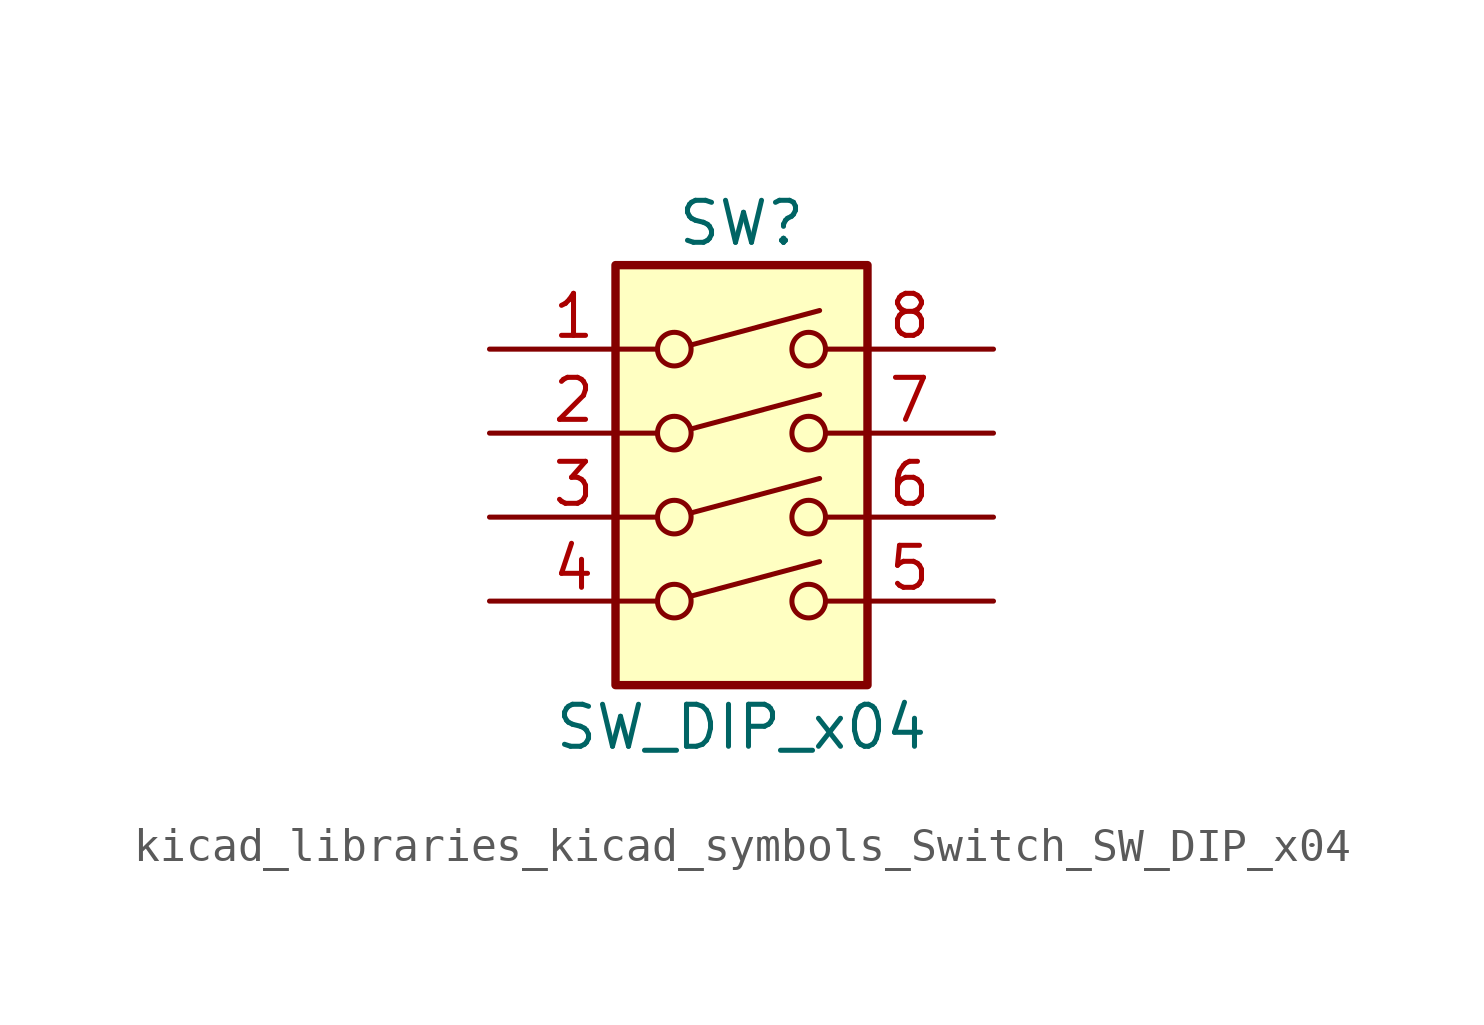
<source format=kicad_sym>
(kicad_symbol_lib
  (version 20220914)
  (generator kicad_symbol_editor)
  (symbol "kicad_libraries_kicad_symbols_Switch_SW_DIP_x04"
    (pin_names
      (offset 0) hide)
    (property "Reference" "SW"
      (at 0 8.89 0)
      (effects (font (size 1.27 1.27))))
    (property "Value" "SW_DIP_x04"
      (at 0 -6.35 0)
      (effects (font (size 1.27 1.27))))
    (symbol "kicad_libraries_kicad_symbols_Switch_SW_DIP_x04_0_0"
      (circle (center -2.032 -2.54) (radius 0.508) (stroke (width 0) (type default)) (fill (type none)))
      (circle (center -2.032 0) (radius 0.508) (stroke (width 0) (type default)) (fill (type none)))
      (circle (center -2.032 2.54) (radius 0.508) (stroke (width 0) (type default)) (fill (type none)))
      (circle (center -2.032 5.08) (radius 0.508) (stroke (width 0) (type default)) (fill (type none)))
      (polyline (pts (xy -1.524 -2.388) (xy 2.362 -1.346)) (stroke (width 0) (type default)) (fill (type none)))
      (polyline (pts (xy -1.524 0.127) (xy 2.362 1.168)) (stroke (width 0) (type default)) (fill (type none)))
      (polyline (pts (xy -1.524 2.667) (xy 2.362 3.708)) (stroke (width 0) (type default)) (fill (type none)))
      (polyline (pts (xy -1.524 5.207) (xy 2.362 6.248)) (stroke (width 0) (type default)) (fill (type none)))
      (circle (center 2.032 -2.54) (radius 0.508) (stroke (width 0) (type default)) (fill (type none)))
      (circle (center 2.032 0) (radius 0.508) (stroke (width 0) (type default)) (fill (type none)))
      (circle (center 2.032 2.54) (radius 0.508) (stroke (width 0) (type default)) (fill (type none)))
      (circle (center 2.032 5.08) (radius 0.508) (stroke (width 0) (type default)) (fill (type none))))
    (symbol "kicad_libraries_kicad_symbols_Switch_SW_DIP_x04_0_1"
      (rectangle (start -3.81 7.62) (end 3.81 -5.08) (stroke (width 0.254) (type default)) (fill (type background))))
    (symbol "kicad_libraries_kicad_symbols_Switch_SW_DIP_x04_1_1"
      (pin passive line (at -7.62 5.08 0) (length 5.08) (name "~" (effects (font (size 1.27 1.27)))) (number "1" (effects (font (size 1.27 1.27)))))
      (pin passive line (at -7.62 2.54 0) (length 5.08) (name "~" (effects (font (size 1.27 1.27)))) (number "2" (effects (font (size 1.27 1.27)))))
      (pin passive line (at -7.62 0 0) (length 5.08) (name "~" (effects (font (size 1.27 1.27)))) (number "3" (effects (font (size 1.27 1.27)))))
      (pin passive line (at -7.62 -2.54 0) (length 5.08) (name "~" (effects (font (size 1.27 1.27)))) (number "4" (effects (font (size 1.27 1.27)))))
      (pin passive line (at 7.62 -2.54 180) (length 5.08) (name "~" (effects (font (size 1.27 1.27)))) (number "5" (effects (font (size 1.27 1.27)))))
      (pin passive line (at 7.62 0 180) (length 5.08) (name "~" (effects (font (size 1.27 1.27)))) (number "6" (effects (font (size 1.27 1.27)))))
      (pin passive line (at 7.62 2.54 180) (length 5.08) (name "~" (effects (font (size 1.27 1.27)))) (number "7" (effects (font (size 1.27 1.27)))))
      (pin passive line (at 7.62 5.08 180) (length 5.08) (name "~" (effects (font (size 1.27 1.27)))) (number "8" (effects (font (size 1.27 1.27))))))))
</source>
